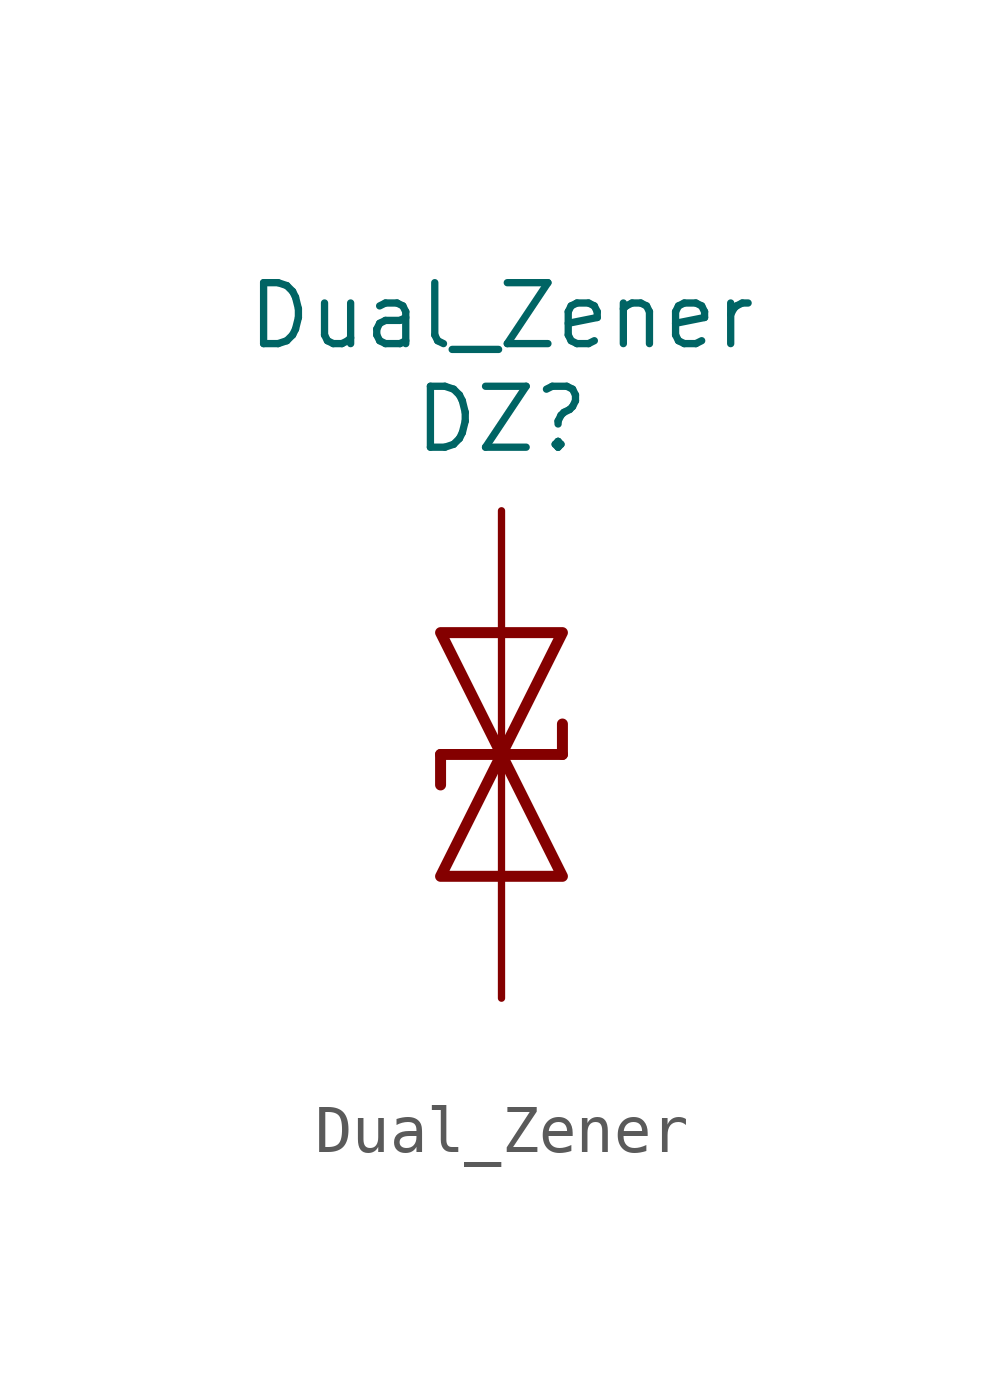
<source format=kicad_sym>
(kicad_symbol_lib
  (version 20220914)
  (generator kicad_symbol_editor)
  (symbol "Dual_Zener"
    (property "Reference" "DZ"
      (at 0 0 0)
      (effects (font (size 1.27 1.27))))
    (property "Value" "Dual_Zener"
      (at 0 2.159 0)
      (effects (font (size 1.27 1.27))))
    (symbol "Dual_Zener_0_1"
      (polyline (pts (xy -1.27 -6.985) (xy -1.27 -7.62)) (stroke (width 0.229) (type default)) (fill (type none)))
      (polyline (pts (xy -1.27 -6.985) (xy 1.27 -6.985)) (stroke (width 0.229) (type default)) (fill (type none)))
      (polyline (pts (xy 0 -9.525) (xy 0 -4.445)) (stroke (width 0.152) (type default)) (fill (type none)))
      (polyline (pts (xy 1.27 -6.985) (xy 1.27 -6.35)) (stroke (width 0.229) (type default)) (fill (type none)))
      (polyline (pts (xy -1.27 -4.445) (xy 1.27 -4.445) (xy 0 -6.985) (xy -1.27 -4.445)) (stroke (width 0.229) (type default)) (fill (type none)))
      (polyline (pts (xy 1.27 -9.525) (xy -1.27 -9.525) (xy 0 -6.985) (xy 1.27 -9.525)) (stroke (width 0.229) (type default)) (fill (type none))))
    (symbol "Dual_Zener_1_1"
      (pin input line (at 0 -12.065 90) (length 2.54) (name "" (effects (font (size 1.27 1.27)))) (number "" (effects (font (size 1.27 1.27)))))
      (pin input line (at 0 -1.905 270) (length 2.54) (name "" (effects (font (size 1.27 1.27)))) (number "" (effects (font (size 1.27 1.27))))))))
</source>
